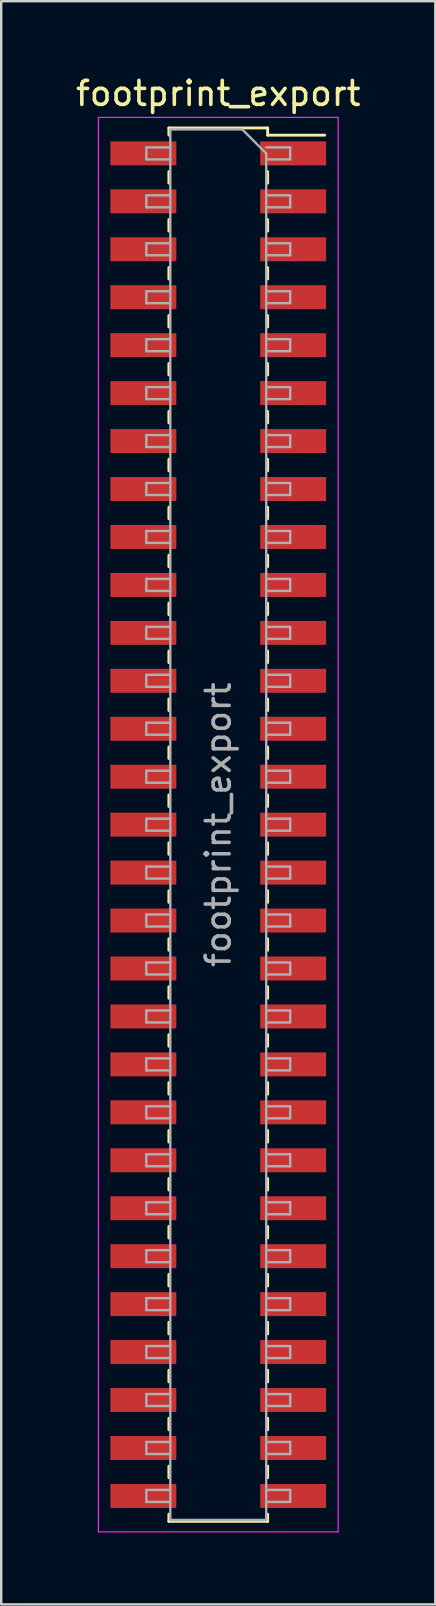
<source format=kicad_pcb>
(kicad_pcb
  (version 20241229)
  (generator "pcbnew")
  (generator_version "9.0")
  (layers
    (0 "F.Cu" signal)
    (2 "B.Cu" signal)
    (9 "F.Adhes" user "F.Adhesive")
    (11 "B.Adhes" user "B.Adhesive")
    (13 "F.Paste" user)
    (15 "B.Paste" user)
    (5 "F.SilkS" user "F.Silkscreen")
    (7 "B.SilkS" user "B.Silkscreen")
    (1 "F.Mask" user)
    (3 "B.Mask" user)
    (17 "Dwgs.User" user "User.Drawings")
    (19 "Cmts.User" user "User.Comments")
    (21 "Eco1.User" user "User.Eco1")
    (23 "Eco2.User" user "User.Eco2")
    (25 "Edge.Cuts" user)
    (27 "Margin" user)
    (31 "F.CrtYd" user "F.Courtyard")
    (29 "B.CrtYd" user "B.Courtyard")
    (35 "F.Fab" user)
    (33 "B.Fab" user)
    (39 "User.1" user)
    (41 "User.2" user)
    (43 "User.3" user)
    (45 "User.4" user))
  (footprint "footprint_export"
    (layer "F.Cu")
    (at 6.054 31.348)
    (property "Reference" "footprint_export" (at 0 -30.5 0) (layer "F.SilkS") (effects (font (size 1 1) (thickness 0.15))))
    (attr smd)
    (fp_line (start -2.06 -29.06) (end -2.06 -28.76) (stroke (width 0.12) (type solid)) (layer "F.SilkS"))
    (fp_line (start -2.06 -29.06) (end 2.06 -29.06) (stroke (width 0.12) (type solid)) (layer "F.SilkS"))
    (fp_line (start -2.06 -27.24) (end -2.06 -26.76) (stroke (width 0.12) (type solid)) (layer "F.SilkS"))
    (fp_line (start -2.06 -25.24) (end -2.06 -24.76) (stroke (width 0.12) (type solid)) (layer "F.SilkS"))
    (fp_line (start -2.06 -23.24) (end -2.06 -22.76) (stroke (width 0.12) (type solid)) (layer "F.SilkS"))
    (fp_line (start -2.06 -21.24) (end -2.06 -20.76) (stroke (width 0.12) (type solid)) (layer "F.SilkS"))
    (fp_line (start -2.06 -19.24) (end -2.06 -18.76) (stroke (width 0.12) (type solid)) (layer "F.SilkS"))
    (fp_line (start -2.06 -17.24) (end -2.06 -16.76) (stroke (width 0.12) (type solid)) (layer "F.SilkS"))
    (fp_line (start -2.06 -15.24) (end -2.06 -14.76) (stroke (width 0.12) (type solid)) (layer "F.SilkS"))
    (fp_line (start -2.06 -13.24) (end -2.06 -12.76) (stroke (width 0.12) (type solid)) (layer "F.SilkS"))
    (fp_line (start -2.06 -11.24) (end -2.06 -10.76) (stroke (width 0.12) (type solid)) (layer "F.SilkS"))
    (fp_line (start -2.06 -9.24) (end -2.06 -8.76) (stroke (width 0.12) (type solid)) (layer "F.SilkS"))
    (fp_line (start -2.06 -7.24) (end -2.06 -6.76) (stroke (width 0.12) (type solid)) (layer "F.SilkS"))
    (fp_line (start -2.06 -5.24) (end -2.06 -4.76) (stroke (width 0.12) (type solid)) (layer "F.SilkS"))
    (fp_line (start -2.06 -3.24) (end -2.06 -2.76) (stroke (width 0.12) (type solid)) (layer "F.SilkS"))
    (fp_line (start -2.06 -1.24) (end -2.06 -0.76) (stroke (width 0.12) (type solid)) (layer "F.SilkS"))
    (fp_line (start -2.06 0.76) (end -2.06 1.24) (stroke (width 0.12) (type solid)) (layer "F.SilkS"))
    (fp_line (start -2.06 2.76) (end -2.06 3.24) (stroke (width 0.12) (type solid)) (layer "F.SilkS"))
    (fp_line (start -2.06 4.76) (end -2.06 5.24) (stroke (width 0.12) (type solid)) (layer "F.SilkS"))
    (fp_line (start -2.06 6.76) (end -2.06 7.24) (stroke (width 0.12) (type solid)) (layer "F.SilkS"))
    (fp_line (start -2.06 8.76) (end -2.06 9.24) (stroke (width 0.12) (type solid)) (layer "F.SilkS"))
    (fp_line (start -2.06 10.76) (end -2.06 11.24) (stroke (width 0.12) (type solid)) (layer "F.SilkS"))
    (fp_line (start -2.06 12.76) (end -2.06 13.24) (stroke (width 0.12) (type solid)) (layer "F.SilkS"))
    (fp_line (start -2.06 14.76) (end -2.06 15.24) (stroke (width 0.12) (type solid)) (layer "F.SilkS"))
    (fp_line (start -2.06 16.76) (end -2.06 17.24) (stroke (width 0.12) (type solid)) (layer "F.SilkS"))
    (fp_line (start -2.06 18.76) (end -2.06 19.24) (stroke (width 0.12) (type solid)) (layer "F.SilkS"))
    (fp_line (start -2.06 20.76) (end -2.06 21.24) (stroke (width 0.12) (type solid)) (layer "F.SilkS"))
    (fp_line (start -2.06 22.76) (end -2.06 23.24) (stroke (width 0.12) (type solid)) (layer "F.SilkS"))
    (fp_line (start -2.06 24.76) (end -2.06 25.24) (stroke (width 0.12) (type solid)) (layer "F.SilkS"))
    (fp_line (start -2.06 26.76) (end -2.06 27.24) (stroke (width 0.12) (type solid)) (layer "F.SilkS"))
    (fp_line (start -2.06 28.76) (end -2.06 29.06) (stroke (width 0.12) (type solid)) (layer "F.SilkS"))
    (fp_line (start -2.06 29.06) (end 2.06 29.06) (stroke (width 0.12) (type solid)) (layer "F.SilkS"))
    (fp_line (start 2.06 -29.06) (end 2.06 -28.76) (stroke (width 0.12) (type solid)) (layer "F.SilkS"))
    (fp_line (start 2.06 -28.76) (end 4.44 -28.76) (stroke (width 0.12) (type solid)) (layer "F.SilkS"))
    (fp_line (start 2.06 -27.24) (end 2.06 -26.76) (stroke (width 0.12) (type solid)) (layer "F.SilkS"))
    (fp_line (start 2.06 -25.24) (end 2.06 -24.76) (stroke (width 0.12) (type solid)) (layer "F.SilkS"))
    (fp_line (start 2.06 -23.24) (end 2.06 -22.76) (stroke (width 0.12) (type solid)) (layer "F.SilkS"))
    (fp_line (start 2.06 -21.24) (end 2.06 -20.76) (stroke (width 0.12) (type solid)) (layer "F.SilkS"))
    (fp_line (start 2.06 -19.24) (end 2.06 -18.76) (stroke (width 0.12) (type solid)) (layer "F.SilkS"))
    (fp_line (start 2.06 -17.24) (end 2.06 -16.76) (stroke (width 0.12) (type solid)) (layer "F.SilkS"))
    (fp_line (start 2.06 -15.24) (end 2.06 -14.76) (stroke (width 0.12) (type solid)) (layer "F.SilkS"))
    (fp_line (start 2.06 -13.24) (end 2.06 -12.76) (stroke (width 0.12) (type solid)) (layer "F.SilkS"))
    (fp_line (start 2.06 -11.24) (end 2.06 -10.76) (stroke (width 0.12) (type solid)) (layer "F.SilkS"))
    (fp_line (start 2.06 -9.24) (end 2.06 -8.76) (stroke (width 0.12) (type solid)) (layer "F.SilkS"))
    (fp_line (start 2.06 -7.24) (end 2.06 -6.76) (stroke (width 0.12) (type solid)) (layer "F.SilkS"))
    (fp_line (start 2.06 -5.24) (end 2.06 -4.76) (stroke (width 0.12) (type solid)) (layer "F.SilkS"))
    (fp_line (start 2.06 -3.24) (end 2.06 -2.76) (stroke (width 0.12) (type solid)) (layer "F.SilkS"))
    (fp_line (start 2.06 -1.24) (end 2.06 -0.76) (stroke (width 0.12) (type solid)) (layer "F.SilkS"))
    (fp_line (start 2.06 0.76) (end 2.06 1.24) (stroke (width 0.12) (type solid)) (layer "F.SilkS"))
    (fp_line (start 2.06 2.76) (end 2.06 3.24) (stroke (width 0.12) (type solid)) (layer "F.SilkS"))
    (fp_line (start 2.06 4.76) (end 2.06 5.24) (stroke (width 0.12) (type solid)) (layer "F.SilkS"))
    (fp_line (start 2.06 6.76) (end 2.06 7.24) (stroke (width 0.12) (type solid)) (layer "F.SilkS"))
    (fp_line (start 2.06 8.76) (end 2.06 9.24) (stroke (width 0.12) (type solid)) (layer "F.SilkS"))
    (fp_line (start 2.06 10.76) (end 2.06 11.24) (stroke (width 0.12) (type solid)) (layer "F.SilkS"))
    (fp_line (start 2.06 12.76) (end 2.06 13.24) (stroke (width 0.12) (type solid)) (layer "F.SilkS"))
    (fp_line (start 2.06 14.76) (end 2.06 15.24) (stroke (width 0.12) (type solid)) (layer "F.SilkS"))
    (fp_line (start 2.06 16.76) (end 2.06 17.24) (stroke (width 0.12) (type solid)) (layer "F.SilkS"))
    (fp_line (start 2.06 18.76) (end 2.06 19.24) (stroke (width 0.12) (type solid)) (layer "F.SilkS"))
    (fp_line (start 2.06 20.76) (end 2.06 21.24) (stroke (width 0.12) (type solid)) (layer "F.SilkS"))
    (fp_line (start 2.06 22.76) (end 2.06 23.24) (stroke (width 0.12) (type solid)) (layer "F.SilkS"))
    (fp_line (start 2.06 24.76) (end 2.06 25.24) (stroke (width 0.12) (type solid)) (layer "F.SilkS"))
    (fp_line (start 2.06 26.76) (end 2.06 27.24) (stroke (width 0.12) (type solid)) (layer "F.SilkS"))
    (fp_line (start 2.06 28.76) (end 2.06 29.06) (stroke (width 0.12) (type solid)) (layer "F.SilkS"))
    (fp_line (start -5 -29.5) (end 5 -29.5) (stroke (width 0.05) (type solid)) (layer "F.CrtYd"))
    (fp_line (start -5 29.5) (end -5 -29.5) (stroke (width 0.05) (type solid)) (layer "F.CrtYd"))
    (fp_line (start 5 -29.5) (end 5 29.5) (stroke (width 0.05) (type solid)) (layer "F.CrtYd"))
    (fp_line (start 5 29.5) (end -5 29.5) (stroke (width 0.05) (type solid)) (layer "F.CrtYd"))
    (fp_line (start -3 -28.25) (end -2 -28.25) (stroke (width 0.1) (type solid)) (layer "F.Fab"))
    (fp_line (start -3 -27.75) (end -3 -28.25) (stroke (width 0.1) (type solid)) (layer "F.Fab"))
    (fp_line (start -3 -26.25) (end -2 -26.25) (stroke (width 0.1) (type solid)) (layer "F.Fab"))
    (fp_line (start -3 -25.75) (end -3 -26.25) (stroke (width 0.1) (type solid)) (layer "F.Fab"))
    (fp_line (start -3 -24.25) (end -2 -24.25) (stroke (width 0.1) (type solid)) (layer "F.Fab"))
    (fp_line (start -3 -23.75) (end -3 -24.25) (stroke (width 0.1) (type solid)) (layer "F.Fab"))
    (fp_line (start -3 -22.25) (end -2 -22.25) (stroke (width 0.1) (type solid)) (layer "F.Fab"))
    (fp_line (start -3 -21.75) (end -3 -22.25) (stroke (width 0.1) (type solid)) (layer "F.Fab"))
    (fp_line (start -3 -20.25) (end -2 -20.25) (stroke (width 0.1) (type solid)) (layer "F.Fab"))
    (fp_line (start -3 -19.75) (end -3 -20.25) (stroke (width 0.1) (type solid)) (layer "F.Fab"))
    (fp_line (start -3 -18.25) (end -2 -18.25) (stroke (width 0.1) (type solid)) (layer "F.Fab"))
    (fp_line (start -3 -17.75) (end -3 -18.25) (stroke (width 0.1) (type solid)) (layer "F.Fab"))
    (fp_line (start -3 -16.25) (end -2 -16.25) (stroke (width 0.1) (type solid)) (layer "F.Fab"))
    (fp_line (start -3 -15.75) (end -3 -16.25) (stroke (width 0.1) (type solid)) (layer "F.Fab"))
    (fp_line (start -3 -14.25) (end -2 -14.25) (stroke (width 0.1) (type solid)) (layer "F.Fab"))
    (fp_line (start -3 -13.75) (end -3 -14.25) (stroke (width 0.1) (type solid)) (layer "F.Fab"))
    (fp_line (start -3 -12.25) (end -2 -12.25) (stroke (width 0.1) (type solid)) (layer "F.Fab"))
    (fp_line (start -3 -11.75) (end -3 -12.25) (stroke (width 0.1) (type solid)) (layer "F.Fab"))
    (fp_line (start -3 -10.25) (end -2 -10.25) (stroke (width 0.1) (type solid)) (layer "F.Fab"))
    (fp_line (start -3 -9.75) (end -3 -10.25) (stroke (width 0.1) (type solid)) (layer "F.Fab"))
    (fp_line (start -3 -8.25) (end -2 -8.25) (stroke (width 0.1) (type solid)) (layer "F.Fab"))
    (fp_line (start -3 -7.75) (end -3 -8.25) (stroke (width 0.1) (type solid)) (layer "F.Fab"))
    (fp_line (start -3 -6.25) (end -2 -6.25) (stroke (width 0.1) (type solid)) (layer "F.Fab"))
    (fp_line (start -3 -5.75) (end -3 -6.25) (stroke (width 0.1) (type solid)) (layer "F.Fab"))
    (fp_line (start -3 -4.25) (end -2 -4.25) (stroke (width 0.1) (type solid)) (layer "F.Fab"))
    (fp_line (start -3 -3.75) (end -3 -4.25) (stroke (width 0.1) (type solid)) (layer "F.Fab"))
    (fp_line (start -3 -2.25) (end -2 -2.25) (stroke (width 0.1) (type solid)) (layer "F.Fab"))
    (fp_line (start -3 -1.75) (end -3 -2.25) (stroke (width 0.1) (type solid)) (layer "F.Fab"))
    (fp_line (start -3 -0.25) (end -2 -0.25) (stroke (width 0.1) (type solid)) (layer "F.Fab"))
    (fp_line (start -3 0.25) (end -3 -0.25) (stroke (width 0.1) (type solid)) (layer "F.Fab"))
    (fp_line (start -3 1.75) (end -2 1.75) (stroke (width 0.1) (type solid)) (layer "F.Fab"))
    (fp_line (start -3 2.25) (end -3 1.75) (stroke (width 0.1) (type solid)) (layer "F.Fab"))
    (fp_line (start -3 3.75) (end -2 3.75) (stroke (width 0.1) (type solid)) (layer "F.Fab"))
    (fp_line (start -3 4.25) (end -3 3.75) (stroke (width 0.1) (type solid)) (layer "F.Fab"))
    (fp_line (start -3 5.75) (end -2 5.75) (stroke (width 0.1) (type solid)) (layer "F.Fab"))
    (fp_line (start -3 6.25) (end -3 5.75) (stroke (width 0.1) (type solid)) (layer "F.Fab"))
    (fp_line (start -3 7.75) (end -2 7.75) (stroke (width 0.1) (type solid)) (layer "F.Fab"))
    (fp_line (start -3 8.25) (end -3 7.75) (stroke (width 0.1) (type solid)) (layer "F.Fab"))
    (fp_line (start -3 9.75) (end -2 9.75) (stroke (width 0.1) (type solid)) (layer "F.Fab"))
    (fp_line (start -3 10.25) (end -3 9.75) (stroke (width 0.1) (type solid)) (layer "F.Fab"))
    (fp_line (start -3 11.75) (end -2 11.75) (stroke (width 0.1) (type solid)) (layer "F.Fab"))
    (fp_line (start -3 12.25) (end -3 11.75) (stroke (width 0.1) (type solid)) (layer "F.Fab"))
    (fp_line (start -3 13.75) (end -2 13.75) (stroke (width 0.1) (type solid)) (layer "F.Fab"))
    (fp_line (start -3 14.25) (end -3 13.75) (stroke (width 0.1) (type solid)) (layer "F.Fab"))
    (fp_line (start -3 15.75) (end -2 15.75) (stroke (width 0.1) (type solid)) (layer "F.Fab"))
    (fp_line (start -3 16.25) (end -3 15.75) (stroke (width 0.1) (type solid)) (layer "F.Fab"))
    (fp_line (start -3 17.75) (end -2 17.75) (stroke (width 0.1) (type solid)) (layer "F.Fab"))
    (fp_line (start -3 18.25) (end -3 17.75) (stroke (width 0.1) (type solid)) (layer "F.Fab"))
    (fp_line (start -3 19.75) (end -2 19.75) (stroke (width 0.1) (type solid)) (layer "F.Fab"))
    (fp_line (start -3 20.25) (end -3 19.75) (stroke (width 0.1) (type solid)) (layer "F.Fab"))
    (fp_line (start -3 21.75) (end -2 21.75) (stroke (width 0.1) (type solid)) (layer "F.Fab"))
    (fp_line (start -3 22.25) (end -3 21.75) (stroke (width 0.1) (type solid)) (layer "F.Fab"))
    (fp_line (start -3 23.75) (end -2 23.75) (stroke (width 0.1) (type solid)) (layer "F.Fab"))
    (fp_line (start -3 24.25) (end -3 23.75) (stroke (width 0.1) (type solid)) (layer "F.Fab"))
    (fp_line (start -3 25.75) (end -2 25.75) (stroke (width 0.1) (type solid)) (layer "F.Fab"))
    (fp_line (start -3 26.25) (end -3 25.75) (stroke (width 0.1) (type solid)) (layer "F.Fab"))
    (fp_line (start -3 27.75) (end -2 27.75) (stroke (width 0.1) (type solid)) (layer "F.Fab"))
    (fp_line (start -3 28.25) (end -3 27.75) (stroke (width 0.1) (type solid)) (layer "F.Fab"))
    (fp_line (start -2 -29) (end 1 -29) (stroke (width 0.1) (type solid)) (layer "F.Fab"))
    (fp_line (start -2 -27.75) (end -3 -27.75) (stroke (width 0.1) (type solid)) (layer "F.Fab"))
    (fp_line (start -2 -25.75) (end -3 -25.75) (stroke (width 0.1) (type solid)) (layer "F.Fab"))
    (fp_line (start -2 -23.75) (end -3 -23.75) (stroke (width 0.1) (type solid)) (layer "F.Fab"))
    (fp_line (start -2 -21.75) (end -3 -21.75) (stroke (width 0.1) (type solid)) (layer "F.Fab"))
    (fp_line (start -2 -19.75) (end -3 -19.75) (stroke (width 0.1) (type solid)) (layer "F.Fab"))
    (fp_line (start -2 -17.75) (end -3 -17.75) (stroke (width 0.1) (type solid)) (layer "F.Fab"))
    (fp_line (start -2 -15.75) (end -3 -15.75) (stroke (width 0.1) (type solid)) (layer "F.Fab"))
    (fp_line (start -2 -13.75) (end -3 -13.75) (stroke (width 0.1) (type solid)) (layer "F.Fab"))
    (fp_line (start -2 -11.75) (end -3 -11.75) (stroke (width 0.1) (type solid)) (layer "F.Fab"))
    (fp_line (start -2 -9.75) (end -3 -9.75) (stroke (width 0.1) (type solid)) (layer "F.Fab"))
    (fp_line (start -2 -7.75) (end -3 -7.75) (stroke (width 0.1) (type solid)) (layer "F.Fab"))
    (fp_line (start -2 -5.75) (end -3 -5.75) (stroke (width 0.1) (type solid)) (layer "F.Fab"))
    (fp_line (start -2 -3.75) (end -3 -3.75) (stroke (width 0.1) (type solid)) (layer "F.Fab"))
    (fp_line (start -2 -1.75) (end -3 -1.75) (stroke (width 0.1) (type solid)) (layer "F.Fab"))
    (fp_line (start -2 0.25) (end -3 0.25) (stroke (width 0.1) (type solid)) (layer "F.Fab"))
    (fp_line (start -2 2.25) (end -3 2.25) (stroke (width 0.1) (type solid)) (layer "F.Fab"))
    (fp_line (start -2 4.25) (end -3 4.25) (stroke (width 0.1) (type solid)) (layer "F.Fab"))
    (fp_line (start -2 6.25) (end -3 6.25) (stroke (width 0.1) (type solid)) (layer "F.Fab"))
    (fp_line (start -2 8.25) (end -3 8.25) (stroke (width 0.1) (type solid)) (layer "F.Fab"))
    (fp_line (start -2 10.25) (end -3 10.25) (stroke (width 0.1) (type solid)) (layer "F.Fab"))
    (fp_line (start -2 12.25) (end -3 12.25) (stroke (width 0.1) (type solid)) (layer "F.Fab"))
    (fp_line (start -2 14.25) (end -3 14.25) (stroke (width 0.1) (type solid)) (layer "F.Fab"))
    (fp_line (start -2 16.25) (end -3 16.25) (stroke (width 0.1) (type solid)) (layer "F.Fab"))
    (fp_line (start -2 18.25) (end -3 18.25) (stroke (width 0.1) (type solid)) (layer "F.Fab"))
    (fp_line (start -2 20.25) (end -3 20.25) (stroke (width 0.1) (type solid)) (layer "F.Fab"))
    (fp_line (start -2 22.25) (end -3 22.25) (stroke (width 0.1) (type solid)) (layer "F.Fab"))
    (fp_line (start -2 24.25) (end -3 24.25) (stroke (width 0.1) (type solid)) (layer "F.Fab"))
    (fp_line (start -2 26.25) (end -3 26.25) (stroke (width 0.1) (type solid)) (layer "F.Fab"))
    (fp_line (start -2 28.25) (end -3 28.25) (stroke (width 0.1) (type solid)) (layer "F.Fab"))
    (fp_line (start -2 29) (end -2 -29) (stroke (width 0.1) (type solid)) (layer "F.Fab"))
    (fp_line (start 1 -29) (end 2 -28) (stroke (width 0.1) (type solid)) (layer "F.Fab"))
    (fp_line (start 2 -28.25) (end 3 -28.25) (stroke (width 0.1) (type solid)) (layer "F.Fab"))
    (fp_line (start 2 -28) (end 2 29) (stroke (width 0.1) (type solid)) (layer "F.Fab"))
    (fp_line (start 2 -26.25) (end 3 -26.25) (stroke (width 0.1) (type solid)) (layer "F.Fab"))
    (fp_line (start 2 -24.25) (end 3 -24.25) (stroke (width 0.1) (type solid)) (layer "F.Fab"))
    (fp_line (start 2 -22.25) (end 3 -22.25) (stroke (width 0.1) (type solid)) (layer "F.Fab"))
    (fp_line (start 2 -20.25) (end 3 -20.25) (stroke (width 0.1) (type solid)) (layer "F.Fab"))
    (fp_line (start 2 -18.25) (end 3 -18.25) (stroke (width 0.1) (type solid)) (layer "F.Fab"))
    (fp_line (start 2 -16.25) (end 3 -16.25) (stroke (width 0.1) (type solid)) (layer "F.Fab"))
    (fp_line (start 2 -14.25) (end 3 -14.25) (stroke (width 0.1) (type solid)) (layer "F.Fab"))
    (fp_line (start 2 -12.25) (end 3 -12.25) (stroke (width 0.1) (type solid)) (layer "F.Fab"))
    (fp_line (start 2 -10.25) (end 3 -10.25) (stroke (width 0.1) (type solid)) (layer "F.Fab"))
    (fp_line (start 2 -8.25) (end 3 -8.25) (stroke (width 0.1) (type solid)) (layer "F.Fab"))
    (fp_line (start 2 -6.25) (end 3 -6.25) (stroke (width 0.1) (type solid)) (layer "F.Fab"))
    (fp_line (start 2 -4.25) (end 3 -4.25) (stroke (width 0.1) (type solid)) (layer "F.Fab"))
    (fp_line (start 2 -2.25) (end 3 -2.25) (stroke (width 0.1) (type solid)) (layer "F.Fab"))
    (fp_line (start 2 -0.25) (end 3 -0.25) (stroke (width 0.1) (type solid)) (layer "F.Fab"))
    (fp_line (start 2 1.75) (end 3 1.75) (stroke (width 0.1) (type solid)) (layer "F.Fab"))
    (fp_line (start 2 3.75) (end 3 3.75) (stroke (width 0.1) (type solid)) (layer "F.Fab"))
    (fp_line (start 2 5.75) (end 3 5.75) (stroke (width 0.1) (type solid)) (layer "F.Fab"))
    (fp_line (start 2 7.75) (end 3 7.75) (stroke (width 0.1) (type solid)) (layer "F.Fab"))
    (fp_line (start 2 9.75) (end 3 9.75) (stroke (width 0.1) (type solid)) (layer "F.Fab"))
    (fp_line (start 2 11.75) (end 3 11.75) (stroke (width 0.1) (type solid)) (layer "F.Fab"))
    (fp_line (start 2 13.75) (end 3 13.75) (stroke (width 0.1) (type solid)) (layer "F.Fab"))
    (fp_line (start 2 15.75) (end 3 15.75) (stroke (width 0.1) (type solid)) (layer "F.Fab"))
    (fp_line (start 2 17.75) (end 3 17.75) (stroke (width 0.1) (type solid)) (layer "F.Fab"))
    (fp_line (start 2 19.75) (end 3 19.75) (stroke (width 0.1) (type solid)) (layer "F.Fab"))
    (fp_line (start 2 21.75) (end 3 21.75) (stroke (width 0.1) (type solid)) (layer "F.Fab"))
    (fp_line (start 2 23.75) (end 3 23.75) (stroke (width 0.1) (type solid)) (layer "F.Fab"))
    (fp_line (start 2 25.75) (end 3 25.75) (stroke (width 0.1) (type solid)) (layer "F.Fab"))
    (fp_line (start 2 27.75) (end 3 27.75) (stroke (width 0.1) (type solid)) (layer "F.Fab"))
    (fp_line (start 2 29) (end -2 29) (stroke (width 0.1) (type solid)) (layer "F.Fab"))
    (fp_line (start 3 -28.25) (end 3 -27.75) (stroke (width 0.1) (type solid)) (layer "F.Fab"))
    (fp_line (start 3 -27.75) (end 2 -27.75) (stroke (width 0.1) (type solid)) (layer "F.Fab"))
    (fp_line (start 3 -26.25) (end 3 -25.75) (stroke (width 0.1) (type solid)) (layer "F.Fab"))
    (fp_line (start 3 -25.75) (end 2 -25.75) (stroke (width 0.1) (type solid)) (layer "F.Fab"))
    (fp_line (start 3 -24.25) (end 3 -23.75) (stroke (width 0.1) (type solid)) (layer "F.Fab"))
    (fp_line (start 3 -23.75) (end 2 -23.75) (stroke (width 0.1) (type solid)) (layer "F.Fab"))
    (fp_line (start 3 -22.25) (end 3 -21.75) (stroke (width 0.1) (type solid)) (layer "F.Fab"))
    (fp_line (start 3 -21.75) (end 2 -21.75) (stroke (width 0.1) (type solid)) (layer "F.Fab"))
    (fp_line (start 3 -20.25) (end 3 -19.75) (stroke (width 0.1) (type solid)) (layer "F.Fab"))
    (fp_line (start 3 -19.75) (end 2 -19.75) (stroke (width 0.1) (type solid)) (layer "F.Fab"))
    (fp_line (start 3 -18.25) (end 3 -17.75) (stroke (width 0.1) (type solid)) (layer "F.Fab"))
    (fp_line (start 3 -17.75) (end 2 -17.75) (stroke (width 0.1) (type solid)) (layer "F.Fab"))
    (fp_line (start 3 -16.25) (end 3 -15.75) (stroke (width 0.1) (type solid)) (layer "F.Fab"))
    (fp_line (start 3 -15.75) (end 2 -15.75) (stroke (width 0.1) (type solid)) (layer "F.Fab"))
    (fp_line (start 3 -14.25) (end 3 -13.75) (stroke (width 0.1) (type solid)) (layer "F.Fab"))
    (fp_line (start 3 -13.75) (end 2 -13.75) (stroke (width 0.1) (type solid)) (layer "F.Fab"))
    (fp_line (start 3 -12.25) (end 3 -11.75) (stroke (width 0.1) (type solid)) (layer "F.Fab"))
    (fp_line (start 3 -11.75) (end 2 -11.75) (stroke (width 0.1) (type solid)) (layer "F.Fab"))
    (fp_line (start 3 -10.25) (end 3 -9.75) (stroke (width 0.1) (type solid)) (layer "F.Fab"))
    (fp_line (start 3 -9.75) (end 2 -9.75) (stroke (width 0.1) (type solid)) (layer "F.Fab"))
    (fp_line (start 3 -8.25) (end 3 -7.75) (stroke (width 0.1) (type solid)) (layer "F.Fab"))
    (fp_line (start 3 -7.75) (end 2 -7.75) (stroke (width 0.1) (type solid)) (layer "F.Fab"))
    (fp_line (start 3 -6.25) (end 3 -5.75) (stroke (width 0.1) (type solid)) (layer "F.Fab"))
    (fp_line (start 3 -5.75) (end 2 -5.75) (stroke (width 0.1) (type solid)) (layer "F.Fab"))
    (fp_line (start 3 -4.25) (end 3 -3.75) (stroke (width 0.1) (type solid)) (layer "F.Fab"))
    (fp_line (start 3 -3.75) (end 2 -3.75) (stroke (width 0.1) (type solid)) (layer "F.Fab"))
    (fp_line (start 3 -2.25) (end 3 -1.75) (stroke (width 0.1) (type solid)) (layer "F.Fab"))
    (fp_line (start 3 -1.75) (end 2 -1.75) (stroke (width 0.1) (type solid)) (layer "F.Fab"))
    (fp_line (start 3 -0.25) (end 3 0.25) (stroke (width 0.1) (type solid)) (layer "F.Fab"))
    (fp_line (start 3 0.25) (end 2 0.25) (stroke (width 0.1) (type solid)) (layer "F.Fab"))
    (fp_line (start 3 1.75) (end 3 2.25) (stroke (width 0.1) (type solid)) (layer "F.Fab"))
    (fp_line (start 3 2.25) (end 2 2.25) (stroke (width 0.1) (type solid)) (layer "F.Fab"))
    (fp_line (start 3 3.75) (end 3 4.25) (stroke (width 0.1) (type solid)) (layer "F.Fab"))
    (fp_line (start 3 4.25) (end 2 4.25) (stroke (width 0.1) (type solid)) (layer "F.Fab"))
    (fp_line (start 3 5.75) (end 3 6.25) (stroke (width 0.1) (type solid)) (layer "F.Fab"))
    (fp_line (start 3 6.25) (end 2 6.25) (stroke (width 0.1) (type solid)) (layer "F.Fab"))
    (fp_line (start 3 7.75) (end 3 8.25) (stroke (width 0.1) (type solid)) (layer "F.Fab"))
    (fp_line (start 3 8.25) (end 2 8.25) (stroke (width 0.1) (type solid)) (layer "F.Fab"))
    (fp_line (start 3 9.75) (end 3 10.25) (stroke (width 0.1) (type solid)) (layer "F.Fab"))
    (fp_line (start 3 10.25) (end 2 10.25) (stroke (width 0.1) (type solid)) (layer "F.Fab"))
    (fp_line (start 3 11.75) (end 3 12.25) (stroke (width 0.1) (type solid)) (layer "F.Fab"))
    (fp_line (start 3 12.25) (end 2 12.25) (stroke (width 0.1) (type solid)) (layer "F.Fab"))
    (fp_line (start 3 13.75) (end 3 14.25) (stroke (width 0.1) (type solid)) (layer "F.Fab"))
    (fp_line (start 3 14.25) (end 2 14.25) (stroke (width 0.1) (type solid)) (layer "F.Fab"))
    (fp_line (start 3 15.75) (end 3 16.25) (stroke (width 0.1) (type solid)) (layer "F.Fab"))
    (fp_line (start 3 16.25) (end 2 16.25) (stroke (width 0.1) (type solid)) (layer "F.Fab"))
    (fp_line (start 3 17.75) (end 3 18.25) (stroke (width 0.1) (type solid)) (layer "F.Fab"))
    (fp_line (start 3 18.25) (end 2 18.25) (stroke (width 0.1) (type solid)) (layer "F.Fab"))
    (fp_line (start 3 19.75) (end 3 20.25) (stroke (width 0.1) (type solid)) (layer "F.Fab"))
    (fp_line (start 3 20.25) (end 2 20.25) (stroke (width 0.1) (type solid)) (layer "F.Fab"))
    (fp_line (start 3 21.75) (end 3 22.25) (stroke (width 0.1) (type solid)) (layer "F.Fab"))
    (fp_line (start 3 22.25) (end 2 22.25) (stroke (width 0.1) (type solid)) (layer "F.Fab"))
    (fp_line (start 3 23.75) (end 3 24.25) (stroke (width 0.1) (type solid)) (layer "F.Fab"))
    (fp_line (start 3 24.25) (end 2 24.25) (stroke (width 0.1) (type solid)) (layer "F.Fab"))
    (fp_line (start 3 25.75) (end 3 26.25) (stroke (width 0.1) (type solid)) (layer "F.Fab"))
    (fp_line (start 3 26.25) (end 2 26.25) (stroke (width 0.1) (type solid)) (layer "F.Fab"))
    (fp_line (start 3 27.75) (end 3 28.25) (stroke (width 0.1) (type solid)) (layer "F.Fab"))
    (fp_line (start 3 28.25) (end 2 28.25) (stroke (width 0.1) (type solid)) (layer "F.Fab"))
    (fp_text user "${REFERENCE}" (at 0 0 90) (layer "F.Fab") (effects (font (size 1 1) (thickness 0.15))))
    (pad "1" smd rect (at 3.125 -28) (size 2.75 1) (layers "F.Cu" "F.Mask" "F.Paste"))
    (pad "2" smd rect (at -3.125 -28) (size 2.75 1) (layers "F.Cu" "F.Mask" "F.Paste"))
    (pad "3" smd rect (at 3.125 -26) (size 2.75 1) (layers "F.Cu" "F.Mask" "F.Paste"))
    (pad "4" smd rect (at -3.125 -26) (size 2.75 1) (layers "F.Cu" "F.Mask" "F.Paste"))
    (pad "5" smd rect (at 3.125 -24) (size 2.75 1) (layers "F.Cu" "F.Mask" "F.Paste"))
    (pad "6" smd rect (at -3.125 -24) (size 2.75 1) (layers "F.Cu" "F.Mask" "F.Paste"))
    (pad "7" smd rect (at 3.125 -22) (size 2.75 1) (layers "F.Cu" "F.Mask" "F.Paste"))
    (pad "8" smd rect (at -3.125 -22) (size 2.75 1) (layers "F.Cu" "F.Mask" "F.Paste"))
    (pad "9" smd rect (at 3.125 -20) (size 2.75 1) (layers "F.Cu" "F.Mask" "F.Paste"))
    (pad "10" smd rect (at -3.125 -20) (size 2.75 1) (layers "F.Cu" "F.Mask" "F.Paste"))
    (pad "11" smd rect (at 3.125 -18) (size 2.75 1) (layers "F.Cu" "F.Mask" "F.Paste"))
    (pad "12" smd rect (at -3.125 -18) (size 2.75 1) (layers "F.Cu" "F.Mask" "F.Paste"))
    (pad "13" smd rect (at 3.125 -16) (size 2.75 1) (layers "F.Cu" "F.Mask" "F.Paste"))
    (pad "14" smd rect (at -3.125 -16) (size 2.75 1) (layers "F.Cu" "F.Mask" "F.Paste"))
    (pad "15" smd rect (at 3.125 -14) (size 2.75 1) (layers "F.Cu" "F.Mask" "F.Paste"))
    (pad "16" smd rect (at -3.125 -14) (size 2.75 1) (layers "F.Cu" "F.Mask" "F.Paste"))
    (pad "17" smd rect (at 3.125 -12) (size 2.75 1) (layers "F.Cu" "F.Mask" "F.Paste"))
    (pad "18" smd rect (at -3.125 -12) (size 2.75 1) (layers "F.Cu" "F.Mask" "F.Paste"))
    (pad "19" smd rect (at 3.125 -10) (size 2.75 1) (layers "F.Cu" "F.Mask" "F.Paste"))
    (pad "20" smd rect (at -3.125 -10) (size 2.75 1) (layers "F.Cu" "F.Mask" "F.Paste"))
    (pad "21" smd rect (at 3.125 -8) (size 2.75 1) (layers "F.Cu" "F.Mask" "F.Paste"))
    (pad "22" smd rect (at -3.125 -8) (size 2.75 1) (layers "F.Cu" "F.Mask" "F.Paste"))
    (pad "23" smd rect (at 3.125 -6) (size 2.75 1) (layers "F.Cu" "F.Mask" "F.Paste"))
    (pad "24" smd rect (at -3.125 -6) (size 2.75 1) (layers "F.Cu" "F.Mask" "F.Paste"))
    (pad "25" smd rect (at 3.125 -4) (size 2.75 1) (layers "F.Cu" "F.Mask" "F.Paste"))
    (pad "26" smd rect (at -3.125 -4) (size 2.75 1) (layers "F.Cu" "F.Mask" "F.Paste"))
    (pad "27" smd rect (at 3.125 -2) (size 2.75 1) (layers "F.Cu" "F.Mask" "F.Paste"))
    (pad "28" smd rect (at -3.125 -2) (size 2.75 1) (layers "F.Cu" "F.Mask" "F.Paste"))
    (pad "29" smd rect (at 3.125 0) (size 2.75 1) (layers "F.Cu" "F.Mask" "F.Paste"))
    (pad "30" smd rect (at -3.125 0) (size 2.75 1) (layers "F.Cu" "F.Mask" "F.Paste"))
    (pad "31" smd rect (at 3.125 2) (size 2.75 1) (layers "F.Cu" "F.Mask" "F.Paste"))
    (pad "32" smd rect (at -3.125 2) (size 2.75 1) (layers "F.Cu" "F.Mask" "F.Paste"))
    (pad "33" smd rect (at 3.125 4) (size 2.75 1) (layers "F.Cu" "F.Mask" "F.Paste"))
    (pad "34" smd rect (at -3.125 4) (size 2.75 1) (layers "F.Cu" "F.Mask" "F.Paste"))
    (pad "35" smd rect (at 3.125 6) (size 2.75 1) (layers "F.Cu" "F.Mask" "F.Paste"))
    (pad "36" smd rect (at -3.125 6) (size 2.75 1) (layers "F.Cu" "F.Mask" "F.Paste"))
    (pad "37" smd rect (at 3.125 8) (size 2.75 1) (layers "F.Cu" "F.Mask" "F.Paste"))
    (pad "38" smd rect (at -3.125 8) (size 2.75 1) (layers "F.Cu" "F.Mask" "F.Paste"))
    (pad "39" smd rect (at 3.125 10) (size 2.75 1) (layers "F.Cu" "F.Mask" "F.Paste"))
    (pad "40" smd rect (at -3.125 10) (size 2.75 1) (layers "F.Cu" "F.Mask" "F.Paste"))
    (pad "41" smd rect (at 3.125 12) (size 2.75 1) (layers "F.Cu" "F.Mask" "F.Paste"))
    (pad "42" smd rect (at -3.125 12) (size 2.75 1) (layers "F.Cu" "F.Mask" "F.Paste"))
    (pad "43" smd rect (at 3.125 14) (size 2.75 1) (layers "F.Cu" "F.Mask" "F.Paste"))
    (pad "44" smd rect (at -3.125 14) (size 2.75 1) (layers "F.Cu" "F.Mask" "F.Paste"))
    (pad "45" smd rect (at 3.125 16) (size 2.75 1) (layers "F.Cu" "F.Mask" "F.Paste"))
    (pad "46" smd rect (at -3.125 16) (size 2.75 1) (layers "F.Cu" "F.Mask" "F.Paste"))
    (pad "47" smd rect (at 3.125 18) (size 2.75 1) (layers "F.Cu" "F.Mask" "F.Paste"))
    (pad "48" smd rect (at -3.125 18) (size 2.75 1) (layers "F.Cu" "F.Mask" "F.Paste"))
    (pad "49" smd rect (at 3.125 20) (size 2.75 1) (layers "F.Cu" "F.Mask" "F.Paste"))
    (pad "50" smd rect (at -3.125 20) (size 2.75 1) (layers "F.Cu" "F.Mask" "F.Paste"))
    (pad "51" smd rect (at 3.125 22) (size 2.75 1) (layers "F.Cu" "F.Mask" "F.Paste"))
    (pad "52" smd rect (at -3.125 22) (size 2.75 1) (layers "F.Cu" "F.Mask" "F.Paste"))
    (pad "53" smd rect (at 3.125 24) (size 2.75 1) (layers "F.Cu" "F.Mask" "F.Paste"))
    (pad "54" smd rect (at -3.125 24) (size 2.75 1) (layers "F.Cu" "F.Mask" "F.Paste"))
    (pad "55" smd rect (at 3.125 26) (size 2.75 1) (layers "F.Cu" "F.Mask" "F.Paste"))
    (pad "56" smd rect (at -3.125 26) (size 2.75 1) (layers "F.Cu" "F.Mask" "F.Paste"))
    (pad "57" smd rect (at 3.125 28) (size 2.75 1) (layers "F.Cu" "F.Mask" "F.Paste"))
    (pad "58" smd rect (at -3.125 28) (size 2.75 1) (layers "F.Cu" "F.Mask" "F.Paste")))
  (gr_rect
    (start -3 -3)
    (end 15.107 63.873)
    (stroke (width 0.1) (type default))
    (fill no)
    (layer "Edge.Cuts")))
</source>
